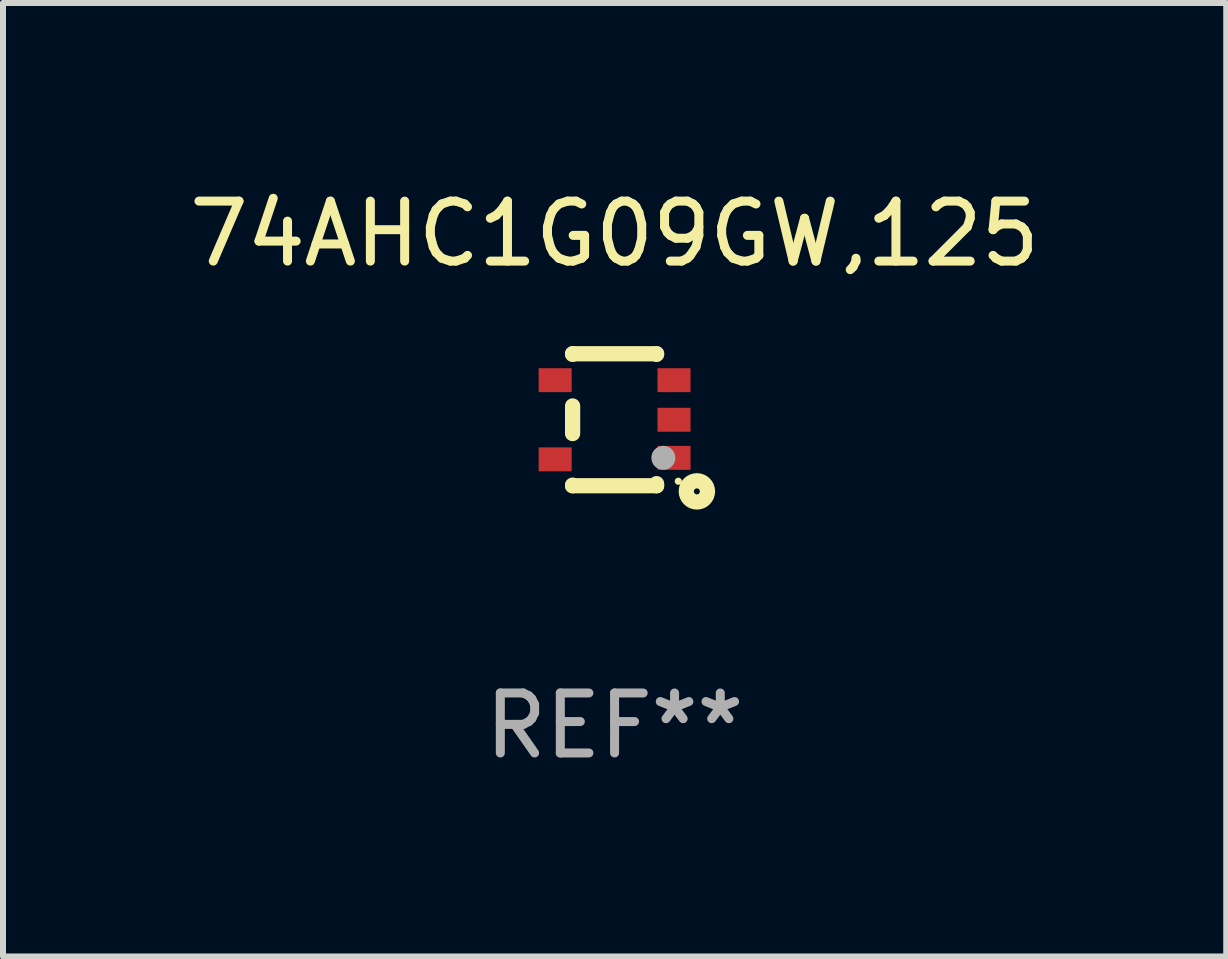
<source format=kicad_pcb>
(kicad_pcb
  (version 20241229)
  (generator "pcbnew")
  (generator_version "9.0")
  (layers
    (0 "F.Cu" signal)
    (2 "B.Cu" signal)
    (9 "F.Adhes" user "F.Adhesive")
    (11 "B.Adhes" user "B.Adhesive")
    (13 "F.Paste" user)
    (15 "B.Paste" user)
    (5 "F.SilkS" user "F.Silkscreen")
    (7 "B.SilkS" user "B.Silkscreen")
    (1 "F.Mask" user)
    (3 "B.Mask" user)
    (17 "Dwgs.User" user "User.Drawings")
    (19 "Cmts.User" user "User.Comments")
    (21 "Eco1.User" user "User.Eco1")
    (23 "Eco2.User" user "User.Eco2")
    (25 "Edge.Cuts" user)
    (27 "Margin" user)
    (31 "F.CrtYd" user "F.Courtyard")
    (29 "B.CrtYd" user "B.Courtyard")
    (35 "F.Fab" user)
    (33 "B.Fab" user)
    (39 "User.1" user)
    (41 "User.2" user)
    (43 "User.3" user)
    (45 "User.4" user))
  (footprint "74AHC1G09GW,125"
    (layer "F.Cu")
    (at 7.196 3.948)
    (property "Reference" "74AHC1G09GW,125" (at 0 -3.1 0) (layer "F.SilkS") (effects (font (size 1 1) (thickness 0.15))))
    (attr through_hole)
    (fp_line (start -0.7 -1.1) (end 0.7 -1.1) (stroke (width 0.254) (type solid)) (layer "F.SilkS"))
    (fp_line (start -0.7 -1.09) (end -0.7 -1.1) (stroke (width 0.254) (type solid)) (layer "F.SilkS"))
    (fp_line (start -0.7 0.23) (end -0.7 -0.23) (stroke (width 0.254) (type solid)) (layer "F.SilkS"))
    (fp_line (start -0.7 1.1) (end -0.7 1.09) (stroke (width 0.254) (type solid)) (layer "F.SilkS"))
    (fp_line (start -0.7 1.1) (end 0.7 1.1) (stroke (width 0.254) (type solid)) (layer "F.SilkS"))
    (fp_line (start 0.7 -1.09) (end 0.7 -1.1) (stroke (width 0.254) (type solid)) (layer "F.SilkS"))
    (fp_line (start 0.7 1.1) (end 0.7 1.065) (stroke (width 0.254) (type solid)) (layer "F.SilkS"))
    (fp_circle (center 1.062 1.025) (end 1.092 1.025) (stroke (width 0.06) (type solid)) (fill no) (layer "F.SilkS"))
    (fp_circle (center 1.372 1.194) (end 1.422 1.194) (stroke (width 0.254) (type solid)) (fill no) (layer "F.SilkS"))
    (fp_circle (center 0.813 0.635) (end 0.913 0.635) (stroke (width 0.2) (type solid)) (fill no) (layer "F.Fab"))
    (fp_text user "REF**" (at 0 5.1 0) (layer "F.Fab") (effects (font (size 1 1) (thickness 0.15))))
    (pad "1" smd rect (at 0.991 0.635 270) (size 0.399 0.551) (layers "F.Cu" "F.Mask" "F.Paste"))
    (pad "2" smd rect (at 0.991 0.000051 270) (size 0.399 0.551) (layers "F.Cu" "F.Mask" "F.Paste"))
    (pad "3" smd rect (at 0.991 -0.66 270) (size 0.399 0.551) (layers "F.Cu" "F.Mask" "F.Paste"))
    (pad "4" smd rect (at -0.991 -0.66 270) (size 0.399 0.551) (layers "F.Cu" "F.Mask" "F.Paste"))
    (pad "5" smd rect (at -0.991 0.66 270) (size 0.399 0.551) (layers "F.Cu" "F.Mask" "F.Paste")))
  (gr_rect
    (start -3 -3)
    (end 17.393 12.896)
    (stroke (width 0.1) (type default))
    (fill no)
    (layer "Edge.Cuts")))
</source>
